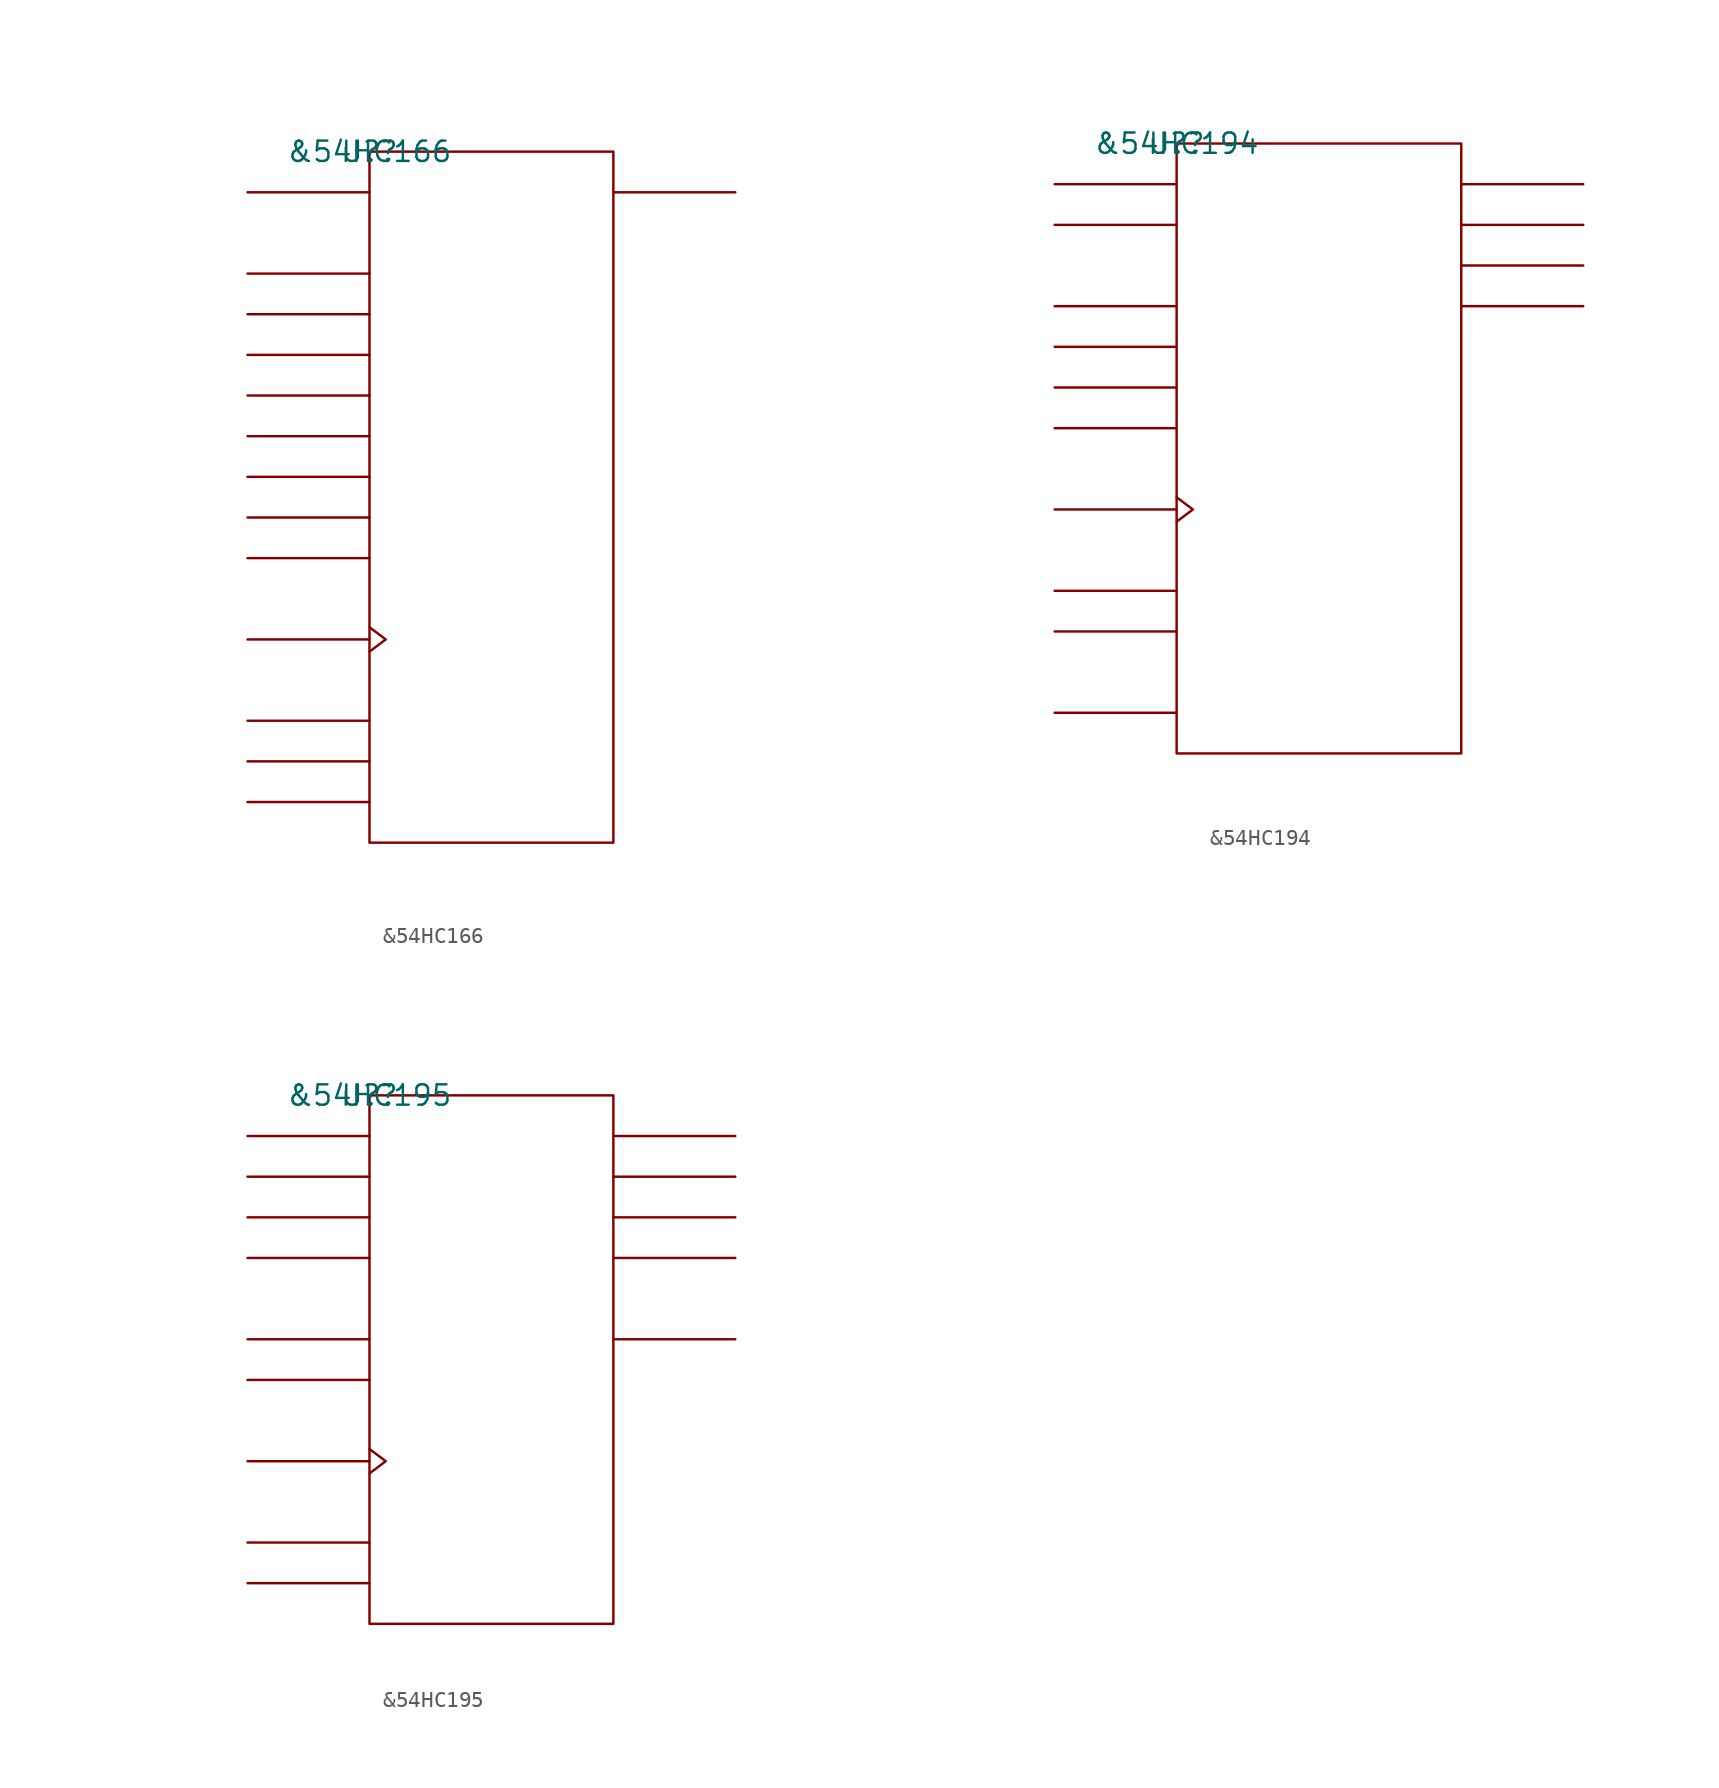
<source format=kicad_sym>
(kicad_symbol_lib
  (version 20211014)
  (generator kicad_symbol_editor)
  (symbol "&54HC166"
    (pin_names
      (offset 0.762))
    (property "Reference" "U?"
      (at 0 0 0)
      (effects (font (size 1.27 1.27))))
    (property "Value" "&54HC166"
      (at 0 0 0)
      (effects (font (size 1.27 1.27))))
    (symbol "&54HC166_0_1"
      (rectangle (start 0 -43.18) (end 15.24 0) (stroke (width 0) (type default) (color 0 0 0 0)) (fill (type none)))
      (polyline (pts (xy 0 -40.64) (xy -7.62 -40.64)) (stroke (width 0) (type default) (color 0 0 0 0)) (fill (type none)))
      (polyline (pts (xy 0 -38.1) (xy -7.62 -38.1)) (stroke (width 0) (type default) (color 0 0 0 0)) (fill (type none)))
      (polyline (pts (xy 0 -35.56) (xy -7.62 -35.56)) (stroke (width 0) (type default) (color 0 0 0 0)) (fill (type none)))
      (polyline (pts (xy 0 -30.48) (xy -7.62 -30.48)) (stroke (width 0) (type default) (color 0 0 0 0)) (fill (type none)))
      (polyline (pts (xy 0 -25.4) (xy -7.62 -25.4)) (stroke (width 0) (type default) (color 0 0 0 0)) (fill (type none)))
      (polyline (pts (xy 0 -22.86) (xy -7.62 -22.86)) (stroke (width 0) (type default) (color 0 0 0 0)) (fill (type none)))
      (polyline (pts (xy 0 -20.32) (xy -7.62 -20.32)) (stroke (width 0) (type default) (color 0 0 0 0)) (fill (type none)))
      (polyline (pts (xy 0 -17.78) (xy -7.62 -17.78)) (stroke (width 0) (type default) (color 0 0 0 0)) (fill (type none)))
      (polyline (pts (xy 0 -15.24) (xy -7.62 -15.24)) (stroke (width 0) (type default) (color 0 0 0 0)) (fill (type none)))
      (polyline (pts (xy 0 -12.7) (xy -7.62 -12.7)) (stroke (width 0) (type default) (color 0 0 0 0)) (fill (type none)))
      (polyline (pts (xy 0 -10.16) (xy -7.62 -10.16)) (stroke (width 0) (type default) (color 0 0 0 0)) (fill (type none)))
      (polyline (pts (xy 0 -7.62) (xy -7.62 -7.62)) (stroke (width 0) (type default) (color 0 0 0 0)) (fill (type none)))
      (polyline (pts (xy 0 -2.54) (xy -7.62 -2.54)) (stroke (width 0) (type default) (color 0 0 0 0)) (fill (type none)))
      (polyline (pts (xy 15.24 -2.54) (xy 22.86 -2.54)) (stroke (width 0) (type default) (color 0 0 0 0)) (fill (type none)))
      (polyline (pts (xy 0 -29.718) (xy 1.016 -30.48) (xy 0 -31.242)) (stroke (width 0) (type default) (color 0 0 0 0)) (fill (type none))))
    (symbol "&54HC166_1_1"
      (pin unspecified line (at -7.62 -2.54 0) (length 7.62) hide (name "SDI" (effects (font (size 1.245 1.245)))) (number "1" (effects (font (size 1.245 1.245)))))
      (pin unspecified line (at -7.62 -17.78 0) (length 7.62) hide (name "E" (effects (font (size 1.245 1.245)))) (number "10" (effects (font (size 1.245 1.245)))))
      (pin unspecified line (at -7.62 -20.32 0) (length 7.62) hide (name "F" (effects (font (size 1.245 1.245)))) (number "11" (effects (font (size 1.245 1.245)))))
      (pin unspecified line (at -7.62 -22.86 0) (length 7.62) hide (name "G" (effects (font (size 1.245 1.245)))) (number "12" (effects (font (size 1.245 1.245)))))
      (pin unspecified line (at 22.86 -2.54 180) (length 7.62) hide (name "QH" (effects (font (size 1.245 1.245)))) (number "13" (effects (font (size 1.245 1.245)))))
      (pin unspecified line (at -7.62 -25.4 0) (length 7.62) hide (name "H" (effects (font (size 1.245 1.245)))) (number "14" (effects (font (size 1.245 1.245)))))
      (pin unspecified line (at -7.62 -40.64 0) (length 7.62) hide (name "P\\E\\" (effects (font (size 1.245 1.245)))) (number "15" (effects (font (size 1.245 1.245)))))
      (pin power_in line (at 7.62 0 0) (length 7.62) hide (name "VCC" (effects (font (size 1.245 1.245)))) (number "16" (effects (font (size 1.245 1.245)))))
      (pin unspecified line (at -7.62 -7.62 0) (length 7.62) hide (name "A" (effects (font (size 1.245 1.245)))) (number "2" (effects (font (size 1.245 1.245)))))
      (pin unspecified line (at -7.62 -10.16 0) (length 7.62) hide (name "B" (effects (font (size 1.245 1.245)))) (number "3" (effects (font (size 1.245 1.245)))))
      (pin unspecified line (at -7.62 -12.7 0) (length 7.62) hide (name "C" (effects (font (size 1.245 1.245)))) (number "4" (effects (font (size 1.245 1.245)))))
      (pin unspecified line (at -7.62 -15.24 0) (length 7.62) hide (name "D" (effects (font (size 1.245 1.245)))) (number "5" (effects (font (size 1.245 1.245)))))
      (pin unspecified line (at -7.62 -35.56 0) (length 7.62) hide (name "C\\K\\E\\" (effects (font (size 1.245 1.245)))) (number "6" (effects (font (size 1.245 1.245)))))
      (pin unspecified line (at -7.62 -30.48 180) (length 7.62) hide (name "CLK" (effects (font (size 1.245 1.245)))) (number "7" (effects (font (size 1.245 1.245)))))
      (pin power_in line (at 10.16 -43.18 180) (length 7.62) hide (name "GND" (effects (font (size 1.245 1.245)))) (number "8" (effects (font (size 1.245 1.245)))))
      (pin unspecified line (at -7.62 -38.1 0) (length 7.62) hide (name "C\\L\\R\\" (effects (font (size 1.245 1.245)))) (number "9" (effects (font (size 1.245 1.245)))))))
  (symbol "&54HC194"
    (pin_names
      (offset 0.762))
    (property "Reference" "U?"
      (at 0 0 0)
      (effects (font (size 1.27 1.27))))
    (property "Value" "&54HC194"
      (at 0 0 0)
      (effects (font (size 1.27 1.27))))
    (symbol "&54HC194_0_1"
      (rectangle (start 0 -38.1) (end 17.78 0) (stroke (width 0) (type default) (color 0 0 0 0)) (fill (type none)))
      (polyline (pts (xy 0 -35.56) (xy -7.62 -35.56)) (stroke (width 0) (type default) (color 0 0 0 0)) (fill (type none)))
      (polyline (pts (xy 0 -30.48) (xy -7.62 -30.48)) (stroke (width 0) (type default) (color 0 0 0 0)) (fill (type none)))
      (polyline (pts (xy 0 -27.94) (xy -7.62 -27.94)) (stroke (width 0) (type default) (color 0 0 0 0)) (fill (type none)))
      (polyline (pts (xy 0 -22.86) (xy -7.62 -22.86)) (stroke (width 0) (type default) (color 0 0 0 0)) (fill (type none)))
      (polyline (pts (xy 0 -17.78) (xy -7.62 -17.78)) (stroke (width 0) (type default) (color 0 0 0 0)) (fill (type none)))
      (polyline (pts (xy 0 -15.24) (xy -7.62 -15.24)) (stroke (width 0) (type default) (color 0 0 0 0)) (fill (type none)))
      (polyline (pts (xy 0 -12.7) (xy -7.62 -12.7)) (stroke (width 0) (type default) (color 0 0 0 0)) (fill (type none)))
      (polyline (pts (xy 0 -10.16) (xy -7.62 -10.16)) (stroke (width 0) (type default) (color 0 0 0 0)) (fill (type none)))
      (polyline (pts (xy 0 -5.08) (xy -7.62 -5.08)) (stroke (width 0) (type default) (color 0 0 0 0)) (fill (type none)))
      (polyline (pts (xy 0 -2.54) (xy -7.62 -2.54)) (stroke (width 0) (type default) (color 0 0 0 0)) (fill (type none)))
      (polyline (pts (xy 17.78 -10.16) (xy 25.4 -10.16)) (stroke (width 0) (type default) (color 0 0 0 0)) (fill (type none)))
      (polyline (pts (xy 17.78 -7.62) (xy 25.4 -7.62)) (stroke (width 0) (type default) (color 0 0 0 0)) (fill (type none)))
      (polyline (pts (xy 17.78 -5.08) (xy 25.4 -5.08)) (stroke (width 0) (type default) (color 0 0 0 0)) (fill (type none)))
      (polyline (pts (xy 17.78 -2.54) (xy 25.4 -2.54)) (stroke (width 0) (type default) (color 0 0 0 0)) (fill (type none)))
      (polyline (pts (xy 0 -22.098) (xy 1.016 -22.86) (xy 0 -23.622)) (stroke (width 0) (type default) (color 0 0 0 0)) (fill (type none))))
    (symbol "&54HC194_1_1"
      (pin unspecified line (at -7.62 -35.56 0) (length 7.62) hide (name "C\\L\\R\\" (effects (font (size 1.245 1.245)))) (number "1" (effects (font (size 1.245 1.245)))))
      (pin unspecified line (at -7.62 -30.48 0) (length 7.62) hide (name "S1" (effects (font (size 1.245 1.245)))) (number "10" (effects (font (size 1.245 1.245)))))
      (pin unspecified line (at -7.62 -22.86 180) (length 7.62) hide (name "CLK" (effects (font (size 1.245 1.245)))) (number "11" (effects (font (size 1.245 1.245)))))
      (pin unspecified line (at 25.4 -10.16 180) (length 7.62) hide (name "QD" (effects (font (size 1.245 1.245)))) (number "12" (effects (font (size 1.245 1.245)))))
      (pin unspecified line (at 25.4 -7.62 180) (length 7.62) hide (name "QC" (effects (font (size 1.245 1.245)))) (number "13" (effects (font (size 1.245 1.245)))))
      (pin unspecified line (at 25.4 -5.08 180) (length 7.62) hide (name "QB" (effects (font (size 1.245 1.245)))) (number "14" (effects (font (size 1.245 1.245)))))
      (pin unspecified line (at 25.4 -2.54 180) (length 7.62) hide (name "QA" (effects (font (size 1.245 1.245)))) (number "15" (effects (font (size 1.245 1.245)))))
      (pin power_in line (at 10.16 0 0) (length 7.62) hide (name "VCC" (effects (font (size 1.245 1.245)))) (number "16" (effects (font (size 1.245 1.245)))))
      (pin unspecified line (at -7.62 -5.08 0) (length 7.62) hide (name "SRSDI" (effects (font (size 1.245 1.245)))) (number "2" (effects (font (size 1.245 1.245)))))
      (pin unspecified line (at -7.62 -10.16 0) (length 7.62) hide (name "A" (effects (font (size 1.245 1.245)))) (number "3" (effects (font (size 1.245 1.245)))))
      (pin unspecified line (at -7.62 -12.7 0) (length 7.62) hide (name "B" (effects (font (size 1.245 1.245)))) (number "4" (effects (font (size 1.245 1.245)))))
      (pin unspecified line (at -7.62 -15.24 0) (length 7.62) hide (name "C" (effects (font (size 1.245 1.245)))) (number "5" (effects (font (size 1.245 1.245)))))
      (pin unspecified line (at -7.62 -17.78 0) (length 7.62) hide (name "D" (effects (font (size 1.245 1.245)))) (number "6" (effects (font (size 1.245 1.245)))))
      (pin unspecified line (at -7.62 -2.54 0) (length 7.62) hide (name "SLSDI" (effects (font (size 1.245 1.245)))) (number "7" (effects (font (size 1.245 1.245)))))
      (pin power_in line (at 10.16 -38.1 0) (length 7.62) hide (name "GND" (effects (font (size 1.245 1.245)))) (number "8" (effects (font (size 1.245 1.245)))))
      (pin unspecified line (at -7.62 -27.94 0) (length 7.62) hide (name "S0" (effects (font (size 1.245 1.245)))) (number "9" (effects (font (size 1.245 1.245)))))))
  (symbol "&54HC195"
    (pin_names
      (offset 0.762))
    (property "Reference" "U?"
      (at 0 0 0)
      (effects (font (size 1.27 1.27))))
    (property "Value" "&54HC195"
      (at 0 0 0)
      (effects (font (size 1.27 1.27))))
    (symbol "&54HC195_0_1"
      (rectangle (start 0 -33.02) (end 15.24 0) (stroke (width 0) (type default) (color 0 0 0 0)) (fill (type none)))
      (polyline (pts (xy 0 -30.48) (xy -7.62 -30.48)) (stroke (width 0) (type default) (color 0 0 0 0)) (fill (type none)))
      (polyline (pts (xy 0 -27.94) (xy -7.62 -27.94)) (stroke (width 0) (type default) (color 0 0 0 0)) (fill (type none)))
      (polyline (pts (xy 0 -22.86) (xy -7.62 -22.86)) (stroke (width 0) (type default) (color 0 0 0 0)) (fill (type none)))
      (polyline (pts (xy 0 -17.78) (xy -7.62 -17.78)) (stroke (width 0) (type default) (color 0 0 0 0)) (fill (type none)))
      (polyline (pts (xy 0 -15.24) (xy -7.62 -15.24)) (stroke (width 0) (type default) (color 0 0 0 0)) (fill (type none)))
      (polyline (pts (xy 0 -10.16) (xy -7.62 -10.16)) (stroke (width 0) (type default) (color 0 0 0 0)) (fill (type none)))
      (polyline (pts (xy 0 -7.62) (xy -7.62 -7.62)) (stroke (width 0) (type default) (color 0 0 0 0)) (fill (type none)))
      (polyline (pts (xy 0 -5.08) (xy -7.62 -5.08)) (stroke (width 0) (type default) (color 0 0 0 0)) (fill (type none)))
      (polyline (pts (xy 0 -2.54) (xy -7.62 -2.54)) (stroke (width 0) (type default) (color 0 0 0 0)) (fill (type none)))
      (polyline (pts (xy 15.24 -15.24) (xy 22.86 -15.24)) (stroke (width 0) (type default) (color 0 0 0 0)) (fill (type none)))
      (polyline (pts (xy 15.24 -10.16) (xy 22.86 -10.16)) (stroke (width 0) (type default) (color 0 0 0 0)) (fill (type none)))
      (polyline (pts (xy 15.24 -7.62) (xy 22.86 -7.62)) (stroke (width 0) (type default) (color 0 0 0 0)) (fill (type none)))
      (polyline (pts (xy 15.24 -5.08) (xy 22.86 -5.08)) (stroke (width 0) (type default) (color 0 0 0 0)) (fill (type none)))
      (polyline (pts (xy 15.24 -2.54) (xy 22.86 -2.54)) (stroke (width 0) (type default) (color 0 0 0 0)) (fill (type none)))
      (polyline (pts (xy 0 -22.098) (xy 1.016 -22.86) (xy 0 -23.622)) (stroke (width 0) (type default) (color 0 0 0 0)) (fill (type none))))
    (symbol "&54HC195_1_1"
      (pin unspecified line (at -7.62 -27.94 0) (length 7.62) hide (name "C\\L\\R\\" (effects (font (size 1.245 1.245)))) (number "1" (effects (font (size 1.245 1.245)))))
      (pin unspecified line (at -7.62 -22.86 180) (length 7.62) hide (name "CLK" (effects (font (size 1.245 1.245)))) (number "10" (effects (font (size 1.245 1.245)))))
      (pin unspecified line (at 22.86 -15.24 180) (length 7.62) hide (name "Q\\D\\" (effects (font (size 1.245 1.245)))) (number "11" (effects (font (size 1.245 1.245)))))
      (pin unspecified line (at 22.86 -10.16 180) (length 7.62) hide (name "QD" (effects (font (size 1.245 1.245)))) (number "12" (effects (font (size 1.245 1.245)))))
      (pin unspecified line (at 22.86 -7.62 180) (length 7.62) hide (name "QC" (effects (font (size 1.245 1.245)))) (number "13" (effects (font (size 1.245 1.245)))))
      (pin unspecified line (at 22.86 -5.08 180) (length 7.62) hide (name "QB" (effects (font (size 1.245 1.245)))) (number "14" (effects (font (size 1.245 1.245)))))
      (pin unspecified line (at 22.86 -2.54 180) (length 7.62) hide (name "QA" (effects (font (size 1.245 1.245)))) (number "15" (effects (font (size 1.245 1.245)))))
      (pin power_in line (at 7.62 0 180) (length 7.62) hide (name "VCC" (effects (font (size 1.245 1.245)))) (number "16" (effects (font (size 1.245 1.245)))))
      (pin unspecified line (at -7.62 -15.24 0) (length 7.62) hide (name "J" (effects (font (size 1.245 1.245)))) (number "2" (effects (font (size 1.245 1.245)))))
      (pin unspecified line (at -7.62 -17.78 0) (length 7.62) hide (name "K\\" (effects (font (size 1.245 1.245)))) (number "3" (effects (font (size 1.245 1.245)))))
      (pin unspecified line (at -7.62 -2.54 0) (length 7.62) hide (name "A" (effects (font (size 1.245 1.245)))) (number "4" (effects (font (size 1.245 1.245)))))
      (pin unspecified line (at -7.62 -5.08 0) (length 7.62) hide (name "B" (effects (font (size 1.245 1.245)))) (number "5" (effects (font (size 1.245 1.245)))))
      (pin unspecified line (at -7.62 -7.62 0) (length 7.62) hide (name "C" (effects (font (size 1.245 1.245)))) (number "6" (effects (font (size 1.245 1.245)))))
      (pin unspecified line (at -7.62 -10.16 0) (length 7.62) hide (name "D" (effects (font (size 1.245 1.245)))) (number "7" (effects (font (size 1.245 1.245)))))
      (pin power_in line (at 10.16 -33.02 0) (length 7.62) hide (name "GND" (effects (font (size 1.245 1.245)))) (number "8" (effects (font (size 1.245 1.245)))))
      (pin unspecified line (at -7.62 -30.48 0) (length 7.62) hide (name "SH/L\\D\\" (effects (font (size 1.245 1.245)))) (number "9" (effects (font (size 1.245 1.245))))))))
</source>
